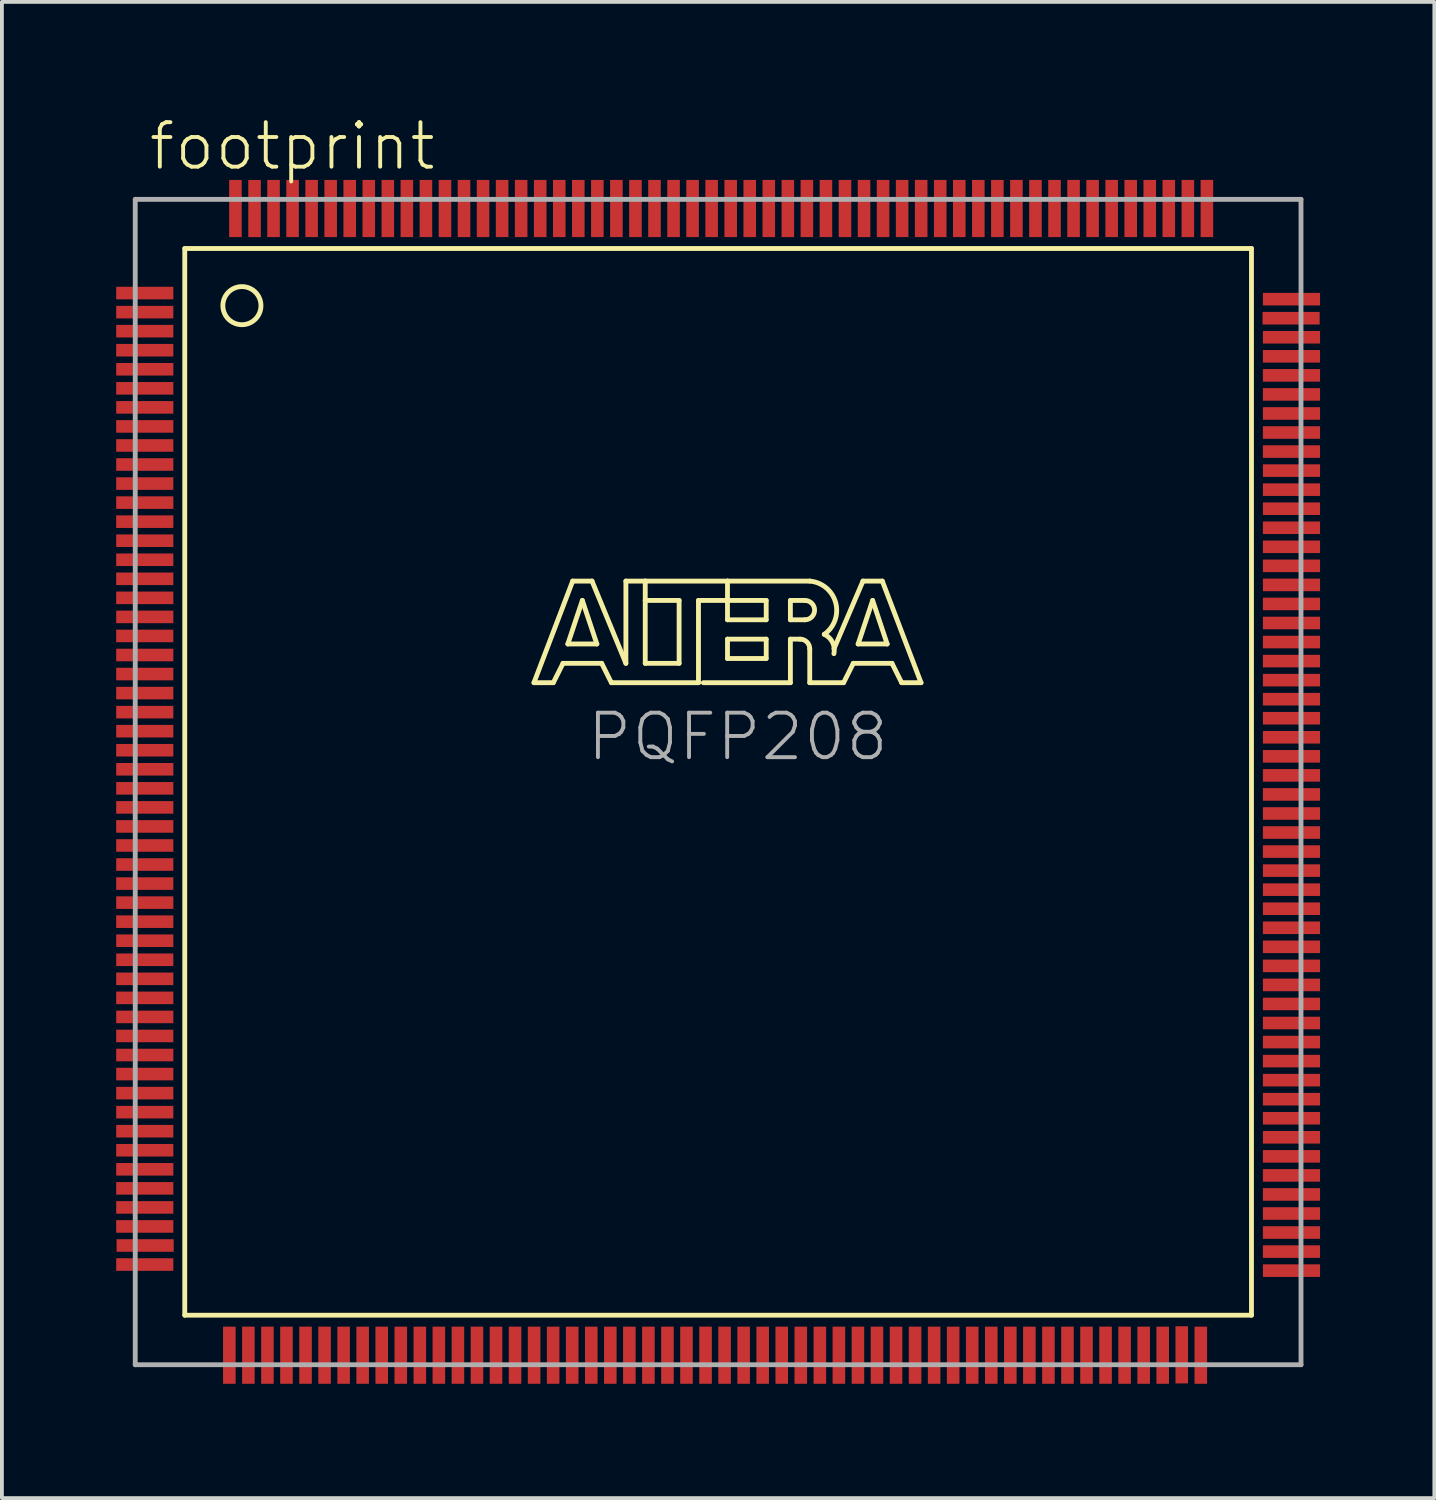
<source format=kicad_pcb>
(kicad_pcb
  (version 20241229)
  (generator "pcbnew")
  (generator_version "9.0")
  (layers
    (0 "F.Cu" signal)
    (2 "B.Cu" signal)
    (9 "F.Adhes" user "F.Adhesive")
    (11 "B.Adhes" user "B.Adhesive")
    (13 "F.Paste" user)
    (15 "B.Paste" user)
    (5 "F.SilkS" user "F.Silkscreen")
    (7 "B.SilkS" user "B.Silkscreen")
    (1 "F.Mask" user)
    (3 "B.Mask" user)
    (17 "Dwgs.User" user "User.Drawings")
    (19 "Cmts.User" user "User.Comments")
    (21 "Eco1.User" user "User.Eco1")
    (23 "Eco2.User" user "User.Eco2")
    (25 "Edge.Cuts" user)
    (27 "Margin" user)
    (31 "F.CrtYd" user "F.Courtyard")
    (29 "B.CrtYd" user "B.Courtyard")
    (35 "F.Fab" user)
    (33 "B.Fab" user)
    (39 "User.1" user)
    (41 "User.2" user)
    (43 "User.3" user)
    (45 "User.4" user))
  (footprint "footprint"
    (layer "F.Cu")
    (at 15.8 17.473)
    (property "Reference" "footprint" (at -15 -16 0) (layer "F.SilkS") (effects (font (size 1.168 1.168) (thickness 0.102)) (justify left bottom)))
    (fp_line (start -14 -14) (end -14 14) (stroke (width 0.127) (type solid)) (layer "F.SilkS"))
    (fp_line (start -14 14) (end 14 14) (stroke (width 0.127) (type solid)) (layer "F.SilkS"))
    (fp_line (start -4.834 -2.603) (end -3.818 -5.27) (stroke (width 0.127) (type solid)) (layer "F.SilkS"))
    (fp_line (start -4.326 -2.603) (end -4.834 -2.603) (stroke (width 0.127) (type solid)) (layer "F.SilkS"))
    (fp_line (start -4.072 -3.111) (end -4.326 -2.603) (stroke (width 0.127) (type solid)) (layer "F.SilkS"))
    (fp_line (start -3.945 -3.619) (end -3.183 -3.619) (stroke (width 0.127) (type solid)) (layer "F.SilkS"))
    (fp_line (start -3.818 -5.27) (end -3.31 -5.27) (stroke (width 0.127) (type solid)) (layer "F.SilkS"))
    (fp_line (start -3.564 -4.762) (end -3.945 -3.619) (stroke (width 0.127) (type solid)) (layer "F.SilkS"))
    (fp_line (start -3.31 -5.27) (end -2.421 -3.111) (stroke (width 0.127) (type solid)) (layer "F.SilkS"))
    (fp_line (start -3.183 -3.619) (end -3.564 -4.762) (stroke (width 0.127) (type solid)) (layer "F.SilkS"))
    (fp_line (start -3.056 -3.111) (end -4.072 -3.111) (stroke (width 0.127) (type solid)) (layer "F.SilkS"))
    (fp_line (start -2.802 -2.603) (end -3.056 -3.111) (stroke (width 0.127) (type solid)) (layer "F.SilkS"))
    (fp_line (start -2.421 -5.27) (end -1.913 -5.27) (stroke (width 0.127) (type solid)) (layer "F.SilkS"))
    (fp_line (start -2.421 -3.111) (end -2.421 -5.27) (stroke (width 0.127) (type solid)) (layer "F.SilkS"))
    (fp_line (start -1.913 -5.27) (end -1.913 -4.762) (stroke (width 0.127) (type solid)) (layer "F.SilkS"))
    (fp_line (start -1.913 -5.27) (end 0.246 -5.27) (stroke (width 0.127) (type solid)) (layer "F.SilkS"))
    (fp_line (start -1.913 -4.762) (end -1.913 -3.111) (stroke (width 0.127) (type solid)) (layer "F.SilkS"))
    (fp_line (start -1.913 -3.111) (end -1.024 -3.111) (stroke (width 0.127) (type solid)) (layer "F.SilkS"))
    (fp_line (start -1.024 -4.762) (end -1.913 -4.762) (stroke (width 0.127) (type solid)) (layer "F.SilkS"))
    (fp_line (start -1.024 -3.111) (end -1.024 -4.762) (stroke (width 0.127) (type solid)) (layer "F.SilkS"))
    (fp_line (start -0.516 -4.762) (end -0.516 -2.603) (stroke (width 0.127) (type solid)) (layer "F.SilkS"))
    (fp_line (start -0.516 -2.603) (end -2.802 -2.603) (stroke (width 0.127) (type solid)) (layer "F.SilkS"))
    (fp_line (start 0.246 -5.27) (end 0.246 -4.762) (stroke (width 0.127) (type solid)) (layer "F.SilkS"))
    (fp_line (start 0.246 -5.27) (end 2.405 -5.27) (stroke (width 0.127) (type solid)) (layer "F.SilkS"))
    (fp_line (start 0.246 -4.762) (end -0.516 -4.762) (stroke (width 0.127) (type solid)) (layer "F.SilkS"))
    (fp_line (start 0.246 -4.762) (end 0.246 -4.254) (stroke (width 0.127) (type solid)) (layer "F.SilkS"))
    (fp_line (start 0.246 -4.254) (end 1.262 -4.254) (stroke (width 0.127) (type solid)) (layer "F.SilkS"))
    (fp_line (start 0.246 -3.746) (end 1.262 -3.746) (stroke (width 0.127) (type solid)) (layer "F.SilkS"))
    (fp_line (start 0.246 -3.238) (end 0.246 -3.746) (stroke (width 0.127) (type solid)) (layer "F.SilkS"))
    (fp_line (start 1.262 -4.762) (end 0.246 -4.762) (stroke (width 0.127) (type solid)) (layer "F.SilkS"))
    (fp_line (start 1.262 -4.254) (end 1.262 -4.762) (stroke (width 0.127) (type solid)) (layer "F.SilkS"))
    (fp_line (start 1.262 -3.746) (end 1.262 -3.238) (stroke (width 0.127) (type solid)) (layer "F.SilkS"))
    (fp_line (start 1.262 -3.238) (end 0.246 -3.238) (stroke (width 0.127) (type solid)) (layer "F.SilkS"))
    (fp_line (start 1.897 -4.762) (end 1.897 -4.254) (stroke (width 0.127) (type solid)) (layer "F.SilkS"))
    (fp_line (start 1.897 -4.254) (end 2.278 -4.254) (stroke (width 0.127) (type solid)) (layer "F.SilkS"))
    (fp_line (start 1.897 -3.746) (end 1.897 -2.603) (stroke (width 0.127) (type solid)) (layer "F.SilkS"))
    (fp_line (start 1.897 -3.746) (end 2.151 -3.746) (stroke (width 0.127) (type solid)) (layer "F.SilkS"))
    (fp_line (start 1.897 -2.603) (end -0.389 -2.603) (stroke (width 0.127) (type solid)) (layer "F.SilkS"))
    (fp_line (start 2.278 -4.762) (end 1.897 -4.762) (stroke (width 0.127) (type solid)) (layer "F.SilkS"))
    (fp_line (start 2.405 -3.492) (end 2.405 -2.603) (stroke (width 0.127) (type solid)) (layer "F.SilkS"))
    (fp_line (start 2.405 -2.603) (end 3.294 -2.603) (stroke (width 0.127) (type solid)) (layer "F.SilkS"))
    (fp_line (start 3.294 -2.603) (end 3.548 -3.111) (stroke (width 0.127) (type solid)) (layer "F.SilkS"))
    (fp_line (start 3.548 -3.111) (end 4.564 -3.111) (stroke (width 0.127) (type solid)) (layer "F.SilkS"))
    (fp_line (start 3.675 -3.619) (end 4.056 -4.762) (stroke (width 0.127) (type solid)) (layer "F.SilkS"))
    (fp_line (start 3.802 -5.27) (end 3.04 -3.492) (stroke (width 0.127) (type solid)) (layer "F.SilkS"))
    (fp_line (start 4.056 -4.762) (end 4.437 -3.619) (stroke (width 0.127) (type solid)) (layer "F.SilkS"))
    (fp_line (start 4.31 -5.27) (end 3.802 -5.27) (stroke (width 0.127) (type solid)) (layer "F.SilkS"))
    (fp_line (start 4.437 -3.619) (end 3.675 -3.619) (stroke (width 0.127) (type solid)) (layer "F.SilkS"))
    (fp_line (start 4.564 -3.111) (end 4.818 -2.603) (stroke (width 0.127) (type solid)) (layer "F.SilkS"))
    (fp_line (start 4.818 -2.603) (end 5.326 -2.603) (stroke (width 0.127) (type solid)) (layer "F.SilkS"))
    (fp_line (start 5.326 -2.603) (end 4.31 -5.27) (stroke (width 0.127) (type solid)) (layer "F.SilkS"))
    (fp_line (start 14 -14) (end -14 -14) (stroke (width 0.127) (type solid)) (layer "F.SilkS"))
    (fp_line (start 14 14) (end 14 -14) (stroke (width 0.127) (type solid)) (layer "F.SilkS"))
    (fp_arc (start 2.151 -3.746) (mid 2.330605 -3.671605) (end 2.405 -3.492) (stroke (width 0.127) (type solid)) (layer "F.SilkS"))
    (fp_arc (start 2.278 -4.762) (mid 2.532 -4.508) (end 2.278 -4.254) (stroke (width 0.127) (type solid)) (layer "F.SilkS"))
    (fp_arc (start 2.405 -5.27) (mid 3.085364 -4.704448) (end 2.7863 -3.871799) (stroke (width 0.127) (type solid)) (layer "F.SilkS"))
    (fp_arc (start 2.786 -3.873) (mid 3.001981 -3.663513) (end 3.0397 -3.365) (stroke (width 0.127) (type solid)) (layer "F.SilkS"))
    (fp_circle (center -12.5 -12.5) (end -12 -12.5) (stroke (width 0.127) (type solid)) (fill no) (layer "F.SilkS"))
    (fp_poly (pts (xy -15.672 -8.7) (xy -14.427 -8.7) (xy -14.427 -8.954) (xy -15.672 -8.954)) (stroke (width 0) (type solid)) (fill yes) (layer "F.Paste"))
    (fp_poly (pts (xy -15.672 0.8) (xy -14.427 0.8) (xy -14.427 0.546) (xy -15.672 0.546)) (stroke (width 0) (type solid)) (fill yes) (layer "F.Paste"))
    (fp_poly (pts (xy -15.672 2.807) (xy -14.427 2.807) (xy -14.427 2.553) (xy -15.672 2.553)) (stroke (width 0) (type solid)) (fill yes) (layer "F.Paste"))
    (fp_poly (pts (xy -15.672 5.804) (xy -14.427 5.804) (xy -14.427 5.55) (xy -15.672 5.55)) (stroke (width 0) (type solid)) (fill yes) (layer "F.Paste"))
    (fp_poly (pts (xy -15.672 10.312) (xy -14.427 10.312) (xy -14.427 10.058) (xy -15.672 10.058)) (stroke (width 0) (type solid)) (fill yes) (layer "F.Paste"))
    (fp_poly (pts (xy -15.672 12.294) (xy -14.427 12.294) (xy -14.427 12.04) (xy -15.672 12.04)) (stroke (width 0) (type solid)) (fill yes) (layer "F.Paste"))
    (fp_poly (pts (xy -15.659 -12.7) (xy -14.415 -12.7) (xy -14.415 -12.954) (xy -15.659 -12.954)) (stroke (width 0) (type solid)) (fill yes) (layer "F.Paste"))
    (fp_poly (pts (xy -15.659 -12.192) (xy -14.415 -12.192) (xy -14.415 -12.446) (xy -15.659 -12.446)) (stroke (width 0) (type solid)) (fill yes) (layer "F.Paste"))
    (fp_poly (pts (xy -15.659 -11.697) (xy -14.415 -11.697) (xy -14.415 -11.951) (xy -15.659 -11.951)) (stroke (width 0) (type solid)) (fill yes) (layer "F.Paste"))
    (fp_poly (pts (xy -15.659 -11.201) (xy -14.415 -11.201) (xy -14.415 -11.455) (xy -15.659 -11.455)) (stroke (width 0) (type solid)) (fill yes) (layer "F.Paste"))
    (fp_poly (pts (xy -15.659 -10.693) (xy -14.415 -10.693) (xy -14.415 -10.947) (xy -15.659 -10.947)) (stroke (width 0) (type solid)) (fill yes) (layer "F.Paste"))
    (fp_poly (pts (xy -15.659 -10.211) (xy -14.415 -10.211) (xy -14.415 -10.465) (xy -15.659 -10.465)) (stroke (width 0) (type solid)) (fill yes) (layer "F.Paste"))
    (fp_poly (pts (xy -15.659 -9.703) (xy -14.415 -9.703) (xy -14.415 -9.957) (xy -15.659 -9.957)) (stroke (width 0) (type solid)) (fill yes) (layer "F.Paste"))
    (fp_poly (pts (xy -15.659 -9.195) (xy -14.415 -9.195) (xy -14.415 -9.449) (xy -15.659 -9.449)) (stroke (width 0) (type solid)) (fill yes) (layer "F.Paste"))
    (fp_poly (pts (xy -15.659 -8.204) (xy -14.415 -8.204) (xy -14.415 -8.458) (xy -15.659 -8.458)) (stroke (width 0) (type solid)) (fill yes) (layer "F.Paste"))
    (fp_poly (pts (xy -15.659 -7.696) (xy -14.415 -7.696) (xy -14.415 -7.95) (xy -15.659 -7.95)) (stroke (width 0) (type solid)) (fill yes) (layer "F.Paste"))
    (fp_poly (pts (xy -15.659 -7.201) (xy -14.415 -7.201) (xy -14.415 -7.455) (xy -15.659 -7.455)) (stroke (width 0) (type solid)) (fill yes) (layer "F.Paste"))
    (fp_poly (pts (xy -15.659 -6.706) (xy -14.415 -6.706) (xy -14.415 -6.96) (xy -15.659 -6.96)) (stroke (width 0) (type solid)) (fill yes) (layer "F.Paste"))
    (fp_poly (pts (xy -15.659 -6.198) (xy -14.415 -6.198) (xy -14.415 -6.452) (xy -15.659 -6.452)) (stroke (width 0) (type solid)) (fill yes) (layer "F.Paste"))
    (fp_poly (pts (xy -15.659 -5.702) (xy -14.415 -5.702) (xy -14.415 -5.956) (xy -15.659 -5.956)) (stroke (width 0) (type solid)) (fill yes) (layer "F.Paste"))
    (fp_poly (pts (xy -15.659 -5.207) (xy -14.415 -5.207) (xy -14.415 -5.461) (xy -15.659 -5.461)) (stroke (width 0) (type solid)) (fill yes) (layer "F.Paste"))
    (fp_poly (pts (xy -15.659 -4.699) (xy -14.415 -4.699) (xy -14.415 -4.953) (xy -15.659 -4.953)) (stroke (width 0) (type solid)) (fill yes) (layer "F.Paste"))
    (fp_poly (pts (xy -15.659 -4.191) (xy -14.415 -4.191) (xy -14.415 -4.445) (xy -15.659 -4.445)) (stroke (width 0) (type solid)) (fill yes) (layer "F.Paste"))
    (fp_poly (pts (xy -15.659 -3.708) (xy -14.415 -3.708) (xy -14.415 -3.962) (xy -15.659 -3.962)) (stroke (width 0) (type solid)) (fill yes) (layer "F.Paste"))
    (fp_poly (pts (xy -15.659 -3.2) (xy -14.415 -3.2) (xy -14.415 -3.454) (xy -15.659 -3.454)) (stroke (width 0) (type solid)) (fill yes) (layer "F.Paste"))
    (fp_poly (pts (xy -15.659 -2.705) (xy -14.415 -2.705) (xy -14.415 -2.959) (xy -15.659 -2.959)) (stroke (width 0) (type solid)) (fill yes) (layer "F.Paste"))
    (fp_poly (pts (xy -15.659 -2.197) (xy -14.415 -2.197) (xy -14.415 -2.451) (xy -15.659 -2.451)) (stroke (width 0) (type solid)) (fill yes) (layer "F.Paste"))
    (fp_poly (pts (xy -15.659 -1.702) (xy -14.415 -1.702) (xy -14.415 -1.956) (xy -15.659 -1.956)) (stroke (width 0) (type solid)) (fill yes) (layer "F.Paste"))
    (fp_poly (pts (xy -15.659 -1.194) (xy -14.415 -1.194) (xy -14.415 -1.448) (xy -15.659 -1.448)) (stroke (width 0) (type solid)) (fill yes) (layer "F.Paste"))
    (fp_poly (pts (xy -15.659 -0.699) (xy -14.415 -0.699) (xy -14.415 -0.953) (xy -15.659 -0.953)) (stroke (width 0) (type solid)) (fill yes) (layer "F.Paste"))
    (fp_poly (pts (xy -15.659 -0.203) (xy -14.415 -0.203) (xy -14.415 -0.457) (xy -15.659 -0.457)) (stroke (width 0) (type solid)) (fill yes) (layer "F.Paste"))
    (fp_poly (pts (xy -15.659 0.292) (xy -14.415 0.292) (xy -14.415 0.038) (xy -15.659 0.038)) (stroke (width 0) (type solid)) (fill yes) (layer "F.Paste"))
    (fp_poly (pts (xy -15.659 1.295) (xy -14.415 1.295) (xy -14.415 1.041) (xy -15.659 1.041)) (stroke (width 0) (type solid)) (fill yes) (layer "F.Paste"))
    (fp_poly (pts (xy -15.659 1.803) (xy -14.415 1.803) (xy -14.415 1.549) (xy -15.659 1.549)) (stroke (width 0) (type solid)) (fill yes) (layer "F.Paste"))
    (fp_poly (pts (xy -15.659 2.299) (xy -14.415 2.299) (xy -14.415 2.045) (xy -15.659 2.045)) (stroke (width 0) (type solid)) (fill yes) (layer "F.Paste"))
    (fp_poly (pts (xy -15.659 3.302) (xy -14.415 3.302) (xy -14.415 3.048) (xy -15.659 3.048)) (stroke (width 0) (type solid)) (fill yes) (layer "F.Paste"))
    (fp_poly (pts (xy -15.659 3.81) (xy -14.415 3.81) (xy -14.415 3.556) (xy -15.659 3.556)) (stroke (width 0) (type solid)) (fill yes) (layer "F.Paste"))
    (fp_poly (pts (xy -15.659 4.293) (xy -14.415 4.293) (xy -14.415 4.039) (xy -15.659 4.039)) (stroke (width 0) (type solid)) (fill yes) (layer "F.Paste"))
    (fp_poly (pts (xy -15.659 4.801) (xy -14.415 4.801) (xy -14.415 4.547) (xy -15.659 4.547)) (stroke (width 0) (type solid)) (fill yes) (layer "F.Paste"))
    (fp_poly (pts (xy -15.659 5.309) (xy -14.415 5.309) (xy -14.415 5.055) (xy -15.659 5.055)) (stroke (width 0) (type solid)) (fill yes) (layer "F.Paste"))
    (fp_poly (pts (xy -15.659 6.299) (xy -14.415 6.299) (xy -14.415 6.045) (xy -15.659 6.045)) (stroke (width 0) (type solid)) (fill yes) (layer "F.Paste"))
    (fp_poly (pts (xy -15.659 6.807) (xy -14.415 6.807) (xy -14.415 6.553) (xy -15.659 6.553)) (stroke (width 0) (type solid)) (fill yes) (layer "F.Paste"))
    (fp_poly (pts (xy -15.659 7.303) (xy -14.415 7.303) (xy -14.415 7.048) (xy -15.659 7.048)) (stroke (width 0) (type solid)) (fill yes) (layer "F.Paste"))
    (fp_poly (pts (xy -15.659 7.798) (xy -14.415 7.798) (xy -14.415 7.544) (xy -15.659 7.544)) (stroke (width 0) (type solid)) (fill yes) (layer "F.Paste"))
    (fp_poly (pts (xy -15.659 8.306) (xy -14.415 8.306) (xy -14.415 8.052) (xy -15.659 8.052)) (stroke (width 0) (type solid)) (fill yes) (layer "F.Paste"))
    (fp_poly (pts (xy -15.659 8.801) (xy -14.415 8.801) (xy -14.415 8.547) (xy -15.659 8.547)) (stroke (width 0) (type solid)) (fill yes) (layer "F.Paste"))
    (fp_poly (pts (xy -15.659 9.296) (xy -14.415 9.296) (xy -14.415 9.042) (xy -15.659 9.042)) (stroke (width 0) (type solid)) (fill yes) (layer "F.Paste"))
    (fp_poly (pts (xy -15.659 9.792) (xy -14.415 9.792) (xy -14.415 9.538) (xy -15.659 9.538)) (stroke (width 0) (type solid)) (fill yes) (layer "F.Paste"))
    (fp_poly (pts (xy -15.659 10.795) (xy -14.415 10.795) (xy -14.415 10.541) (xy -15.659 10.541)) (stroke (width 0) (type solid)) (fill yes) (layer "F.Paste"))
    (fp_poly (pts (xy -15.659 11.303) (xy -14.415 11.303) (xy -14.415 11.049) (xy -15.659 11.049)) (stroke (width 0) (type solid)) (fill yes) (layer "F.Paste"))
    (fp_poly (pts (xy -15.659 11.798) (xy -14.415 11.798) (xy -14.415 11.544) (xy -15.659 11.544)) (stroke (width 0) (type solid)) (fill yes) (layer "F.Paste"))
    (fp_poly (pts (xy -15.659 12.802) (xy -14.415 12.802) (xy -14.415 12.548) (xy -15.659 12.548)) (stroke (width 0) (type solid)) (fill yes) (layer "F.Paste"))
    (fp_poly (pts (xy -12.7 15.659) (xy -12.7 14.415) (xy -12.954 14.415) (xy -12.954 15.659)) (stroke (width 0) (type solid)) (fill yes) (layer "F.Paste"))
    (fp_poly (pts (xy -12.548 -14.44) (xy -12.548 -15.684) (xy -12.802 -15.684) (xy -12.802 -14.44)) (stroke (width 0) (type solid)) (fill yes) (layer "F.Paste"))
    (fp_poly (pts (xy -12.192 15.659) (xy -12.192 14.415) (xy -12.446 14.415) (xy -12.446 15.659)) (stroke (width 0) (type solid)) (fill yes) (layer "F.Paste"))
    (fp_poly (pts (xy -12.04 -14.44) (xy -12.04 -15.684) (xy -12.294 -15.684) (xy -12.294 -14.44)) (stroke (width 0) (type solid)) (fill yes) (layer "F.Paste"))
    (fp_poly (pts (xy -11.697 15.659) (xy -11.697 14.415) (xy -11.951 14.415) (xy -11.951 15.659)) (stroke (width 0) (type solid)) (fill yes) (layer "F.Paste"))
    (fp_poly (pts (xy -11.544 -14.44) (xy -11.544 -15.684) (xy -11.798 -15.684) (xy -11.798 -14.44)) (stroke (width 0) (type solid)) (fill yes) (layer "F.Paste"))
    (fp_poly (pts (xy -11.201 15.659) (xy -11.201 14.415) (xy -11.455 14.415) (xy -11.455 15.659)) (stroke (width 0) (type solid)) (fill yes) (layer "F.Paste"))
    (fp_poly (pts (xy -11.049 -14.44) (xy -11.049 -15.684) (xy -11.303 -15.684) (xy -11.303 -14.44)) (stroke (width 0) (type solid)) (fill yes) (layer "F.Paste"))
    (fp_poly (pts (xy -10.693 15.659) (xy -10.693 14.415) (xy -10.947 14.415) (xy -10.947 15.659)) (stroke (width 0) (type solid)) (fill yes) (layer "F.Paste"))
    (fp_poly (pts (xy -10.541 -14.44) (xy -10.541 -15.684) (xy -10.795 -15.684) (xy -10.795 -14.44)) (stroke (width 0) (type solid)) (fill yes) (layer "F.Paste"))
    (fp_poly (pts (xy -10.211 15.659) (xy -10.211 14.415) (xy -10.465 14.415) (xy -10.465 15.659)) (stroke (width 0) (type solid)) (fill yes) (layer "F.Paste"))
    (fp_poly (pts (xy -10.058 -14.44) (xy -10.058 -15.684) (xy -10.312 -15.684) (xy -10.312 -14.44)) (stroke (width 0) (type solid)) (fill yes) (layer "F.Paste"))
    (fp_poly (pts (xy -9.703 15.659) (xy -9.703 14.415) (xy -9.957 14.415) (xy -9.957 15.659)) (stroke (width 0) (type solid)) (fill yes) (layer "F.Paste"))
    (fp_poly (pts (xy -9.55 -14.44) (xy -9.55 -15.684) (xy -9.804 -15.684) (xy -9.804 -14.44)) (stroke (width 0) (type solid)) (fill yes) (layer "F.Paste"))
    (fp_poly (pts (xy -9.195 15.659) (xy -9.195 14.415) (xy -9.449 14.415) (xy -9.449 15.659)) (stroke (width 0) (type solid)) (fill yes) (layer "F.Paste"))
    (fp_poly (pts (xy -9.042 -14.44) (xy -9.042 -15.684) (xy -9.296 -15.684) (xy -9.296 -14.44)) (stroke (width 0) (type solid)) (fill yes) (layer "F.Paste"))
    (fp_poly (pts (xy -8.7 15.672) (xy -8.7 14.427) (xy -8.954 14.427) (xy -8.954 15.672)) (stroke (width 0) (type solid)) (fill yes) (layer "F.Paste"))
    (fp_poly (pts (xy -8.547 -14.427) (xy -8.547 -15.672) (xy -8.801 -15.672) (xy -8.801 -14.427)) (stroke (width 0) (type solid)) (fill yes) (layer "F.Paste"))
    (fp_poly (pts (xy -8.204 15.659) (xy -8.204 14.415) (xy -8.458 14.415) (xy -8.458 15.659)) (stroke (width 0) (type solid)) (fill yes) (layer "F.Paste"))
    (fp_poly (pts (xy -8.052 -14.44) (xy -8.052 -15.684) (xy -8.306 -15.684) (xy -8.306 -14.44)) (stroke (width 0) (type solid)) (fill yes) (layer "F.Paste"))
    (fp_poly (pts (xy -7.696 15.659) (xy -7.696 14.415) (xy -7.95 14.415) (xy -7.95 15.659)) (stroke (width 0) (type solid)) (fill yes) (layer "F.Paste"))
    (fp_poly (pts (xy -7.544 -14.44) (xy -7.544 -15.684) (xy -7.798 -15.684) (xy -7.798 -14.44)) (stroke (width 0) (type solid)) (fill yes) (layer "F.Paste"))
    (fp_poly (pts (xy -7.201 15.659) (xy -7.201 14.415) (xy -7.455 14.415) (xy -7.455 15.659)) (stroke (width 0) (type solid)) (fill yes) (layer "F.Paste"))
    (fp_poly (pts (xy -7.048 -14.44) (xy -7.048 -15.684) (xy -7.303 -15.684) (xy -7.303 -14.44)) (stroke (width 0) (type solid)) (fill yes) (layer "F.Paste"))
    (fp_poly (pts (xy -6.706 15.659) (xy -6.706 14.415) (xy -6.96 14.415) (xy -6.96 15.659)) (stroke (width 0) (type solid)) (fill yes) (layer "F.Paste"))
    (fp_poly (pts (xy -6.553 -14.44) (xy -6.553 -15.684) (xy -6.807 -15.684) (xy -6.807 -14.44)) (stroke (width 0) (type solid)) (fill yes) (layer "F.Paste"))
    (fp_poly (pts (xy -6.198 15.659) (xy -6.198 14.415) (xy -6.452 14.415) (xy -6.452 15.659)) (stroke (width 0) (type solid)) (fill yes) (layer "F.Paste"))
    (fp_poly (pts (xy -6.045 -14.44) (xy -6.045 -15.684) (xy -6.299 -15.684) (xy -6.299 -14.44)) (stroke (width 0) (type solid)) (fill yes) (layer "F.Paste"))
    (fp_poly (pts (xy -5.702 15.659) (xy -5.702 14.415) (xy -5.956 14.415) (xy -5.956 15.659)) (stroke (width 0) (type solid)) (fill yes) (layer "F.Paste"))
    (fp_poly (pts (xy -5.55 -14.44) (xy -5.55 -15.684) (xy -5.804 -15.684) (xy -5.804 -14.44)) (stroke (width 0) (type solid)) (fill yes) (layer "F.Paste"))
    (fp_poly (pts (xy -5.207 15.659) (xy -5.207 14.415) (xy -5.461 14.415) (xy -5.461 15.659)) (stroke (width 0) (type solid)) (fill yes) (layer "F.Paste"))
    (fp_poly (pts (xy -5.055 -14.44) (xy -5.055 -15.684) (xy -5.309 -15.684) (xy -5.309 -14.44)) (stroke (width 0) (type solid)) (fill yes) (layer "F.Paste"))
    (fp_poly (pts (xy -4.699 15.659) (xy -4.699 14.415) (xy -4.953 14.415) (xy -4.953 15.659)) (stroke (width 0) (type solid)) (fill yes) (layer "F.Paste"))
    (fp_poly (pts (xy -4.547 -14.44) (xy -4.547 -15.684) (xy -4.801 -15.684) (xy -4.801 -14.44)) (stroke (width 0) (type solid)) (fill yes) (layer "F.Paste"))
    (fp_poly (pts (xy -4.191 15.659) (xy -4.191 14.415) (xy -4.445 14.415) (xy -4.445 15.659)) (stroke (width 0) (type solid)) (fill yes) (layer "F.Paste"))
    (fp_poly (pts (xy -4.039 -14.44) (xy -4.039 -15.684) (xy -4.293 -15.684) (xy -4.293 -14.44)) (stroke (width 0) (type solid)) (fill yes) (layer "F.Paste"))
    (fp_poly (pts (xy -3.708 15.659) (xy -3.708 14.415) (xy -3.962 14.415) (xy -3.962 15.659)) (stroke (width 0) (type solid)) (fill yes) (layer "F.Paste"))
    (fp_poly (pts (xy -3.556 -14.44) (xy -3.556 -15.684) (xy -3.81 -15.684) (xy -3.81 -14.44)) (stroke (width 0) (type solid)) (fill yes) (layer "F.Paste"))
    (fp_poly (pts (xy -3.2 15.659) (xy -3.2 14.415) (xy -3.454 14.415) (xy -3.454 15.659)) (stroke (width 0) (type solid)) (fill yes) (layer "F.Paste"))
    (fp_poly (pts (xy -3.048 -14.44) (xy -3.048 -15.684) (xy -3.302 -15.684) (xy -3.302 -14.44)) (stroke (width 0) (type solid)) (fill yes) (layer "F.Paste"))
    (fp_poly (pts (xy -2.705 15.659) (xy -2.705 14.415) (xy -2.959 14.415) (xy -2.959 15.659)) (stroke (width 0) (type solid)) (fill yes) (layer "F.Paste"))
    (fp_poly (pts (xy -2.553 -14.44) (xy -2.553 -15.684) (xy -2.807 -15.684) (xy -2.807 -14.44)) (stroke (width 0) (type solid)) (fill yes) (layer "F.Paste"))
    (fp_poly (pts (xy -2.197 15.659) (xy -2.197 14.415) (xy -2.451 14.415) (xy -2.451 15.659)) (stroke (width 0) (type solid)) (fill yes) (layer "F.Paste"))
    (fp_poly (pts (xy -2.045 -14.44) (xy -2.045 -15.684) (xy -2.299 -15.684) (xy -2.299 -14.44)) (stroke (width 0) (type solid)) (fill yes) (layer "F.Paste"))
    (fp_poly (pts (xy -1.702 15.659) (xy -1.702 14.415) (xy -1.956 14.415) (xy -1.956 15.659)) (stroke (width 0) (type solid)) (fill yes) (layer "F.Paste"))
    (fp_poly (pts (xy -1.549 -14.44) (xy -1.549 -15.684) (xy -1.803 -15.684) (xy -1.803 -14.44)) (stroke (width 0) (type solid)) (fill yes) (layer "F.Paste"))
    (fp_poly (pts (xy -1.194 15.659) (xy -1.194 14.415) (xy -1.448 14.415) (xy -1.448 15.659)) (stroke (width 0) (type solid)) (fill yes) (layer "F.Paste"))
    (fp_poly (pts (xy -1.041 -14.44) (xy -1.041 -15.684) (xy -1.295 -15.684) (xy -1.295 -14.44)) (stroke (width 0) (type solid)) (fill yes) (layer "F.Paste"))
    (fp_poly (pts (xy -0.699 15.659) (xy -0.699 14.415) (xy -0.953 14.415) (xy -0.953 15.659)) (stroke (width 0) (type solid)) (fill yes) (layer "F.Paste"))
    (fp_poly (pts (xy -0.546 -14.44) (xy -0.546 -15.684) (xy -0.8 -15.684) (xy -0.8 -14.44)) (stroke (width 0) (type solid)) (fill yes) (layer "F.Paste"))
    (fp_poly (pts (xy -0.203 15.659) (xy -0.203 14.415) (xy -0.457 14.415) (xy -0.457 15.659)) (stroke (width 0) (type solid)) (fill yes) (layer "F.Paste"))
    (fp_poly (pts (xy -0.051 -14.44) (xy -0.051 -15.684) (xy -0.305 -15.684) (xy -0.305 -14.44)) (stroke (width 0) (type solid)) (fill yes) (layer "F.Paste"))
    (fp_poly (pts (xy 0.292 15.659) (xy 0.292 14.415) (xy 0.038 14.415) (xy 0.038 15.659)) (stroke (width 0) (type solid)) (fill yes) (layer "F.Paste"))
    (fp_poly (pts (xy 0.445 -14.44) (xy 0.445 -15.684) (xy 0.191 -15.684) (xy 0.191 -14.44)) (stroke (width 0) (type solid)) (fill yes) (layer "F.Paste"))
    (fp_poly (pts (xy 0.8 15.672) (xy 0.8 14.427) (xy 0.546 14.427) (xy 0.546 15.672)) (stroke (width 0) (type solid)) (fill yes) (layer "F.Paste"))
    (fp_poly (pts (xy 0.953 -14.427) (xy 0.953 -15.672) (xy 0.699 -15.672) (xy 0.699 -14.427)) (stroke (width 0) (type solid)) (fill yes) (layer "F.Paste"))
    (fp_poly (pts (xy 1.295 15.659) (xy 1.295 14.415) (xy 1.041 14.415) (xy 1.041 15.659)) (stroke (width 0) (type solid)) (fill yes) (layer "F.Paste"))
    (fp_poly (pts (xy 1.448 -14.44) (xy 1.448 -15.684) (xy 1.194 -15.684) (xy 1.194 -14.44)) (stroke (width 0) (type solid)) (fill yes) (layer "F.Paste"))
    (fp_poly (pts (xy 1.803 15.659) (xy 1.803 14.415) (xy 1.549 14.415) (xy 1.549 15.659)) (stroke (width 0) (type solid)) (fill yes) (layer "F.Paste"))
    (fp_poly (pts (xy 1.956 -14.44) (xy 1.956 -15.684) (xy 1.702 -15.684) (xy 1.702 -14.44)) (stroke (width 0) (type solid)) (fill yes) (layer "F.Paste"))
    (fp_poly (pts (xy 2.299 15.659) (xy 2.299 14.415) (xy 2.045 14.415) (xy 2.045 15.659)) (stroke (width 0) (type solid)) (fill yes) (layer "F.Paste"))
    (fp_poly (pts (xy 2.451 -14.44) (xy 2.451 -15.684) (xy 2.197 -15.684) (xy 2.197 -14.44)) (stroke (width 0) (type solid)) (fill yes) (layer "F.Paste"))
    (fp_poly (pts (xy 2.807 15.672) (xy 2.807 14.427) (xy 2.553 14.427) (xy 2.553 15.672)) (stroke (width 0) (type solid)) (fill yes) (layer "F.Paste"))
    (fp_poly (pts (xy 2.959 -14.427) (xy 2.959 -15.672) (xy 2.705 -15.672) (xy 2.705 -14.427)) (stroke (width 0) (type solid)) (fill yes) (layer "F.Paste"))
    (fp_poly (pts (xy 3.302 15.659) (xy 3.302 14.415) (xy 3.048 14.415) (xy 3.048 15.659)) (stroke (width 0) (type solid)) (fill yes) (layer "F.Paste"))
    (fp_poly (pts (xy 3.454 -14.44) (xy 3.454 -15.684) (xy 3.2 -15.684) (xy 3.2 -14.44)) (stroke (width 0) (type solid)) (fill yes) (layer "F.Paste"))
    (fp_poly (pts (xy 3.81 15.659) (xy 3.81 14.415) (xy 3.556 14.415) (xy 3.556 15.659)) (stroke (width 0) (type solid)) (fill yes) (layer "F.Paste"))
    (fp_poly (pts (xy 3.962 -14.44) (xy 3.962 -15.684) (xy 3.708 -15.684) (xy 3.708 -14.44)) (stroke (width 0) (type solid)) (fill yes) (layer "F.Paste"))
    (fp_poly (pts (xy 4.293 15.659) (xy 4.293 14.415) (xy 4.039 14.415) (xy 4.039 15.659)) (stroke (width 0) (type solid)) (fill yes) (layer "F.Paste"))
    (fp_poly (pts (xy 4.445 -14.44) (xy 4.445 -15.684) (xy 4.191 -15.684) (xy 4.191 -14.44)) (stroke (width 0) (type solid)) (fill yes) (layer "F.Paste"))
    (fp_poly (pts (xy 4.801 15.659) (xy 4.801 14.415) (xy 4.547 14.415) (xy 4.547 15.659)) (stroke (width 0) (type solid)) (fill yes) (layer "F.Paste"))
    (fp_poly (pts (xy 4.953 -14.44) (xy 4.953 -15.684) (xy 4.699 -15.684) (xy 4.699 -14.44)) (stroke (width 0) (type solid)) (fill yes) (layer "F.Paste"))
    (fp_poly (pts (xy 5.309 15.659) (xy 5.309 14.415) (xy 5.055 14.415) (xy 5.055 15.659)) (stroke (width 0) (type solid)) (fill yes) (layer "F.Paste"))
    (fp_poly (pts (xy 5.461 -14.44) (xy 5.461 -15.684) (xy 5.207 -15.684) (xy 5.207 -14.44)) (stroke (width 0) (type solid)) (fill yes) (layer "F.Paste"))
    (fp_poly (pts (xy 5.804 15.672) (xy 5.804 14.427) (xy 5.55 14.427) (xy 5.55 15.672)) (stroke (width 0) (type solid)) (fill yes) (layer "F.Paste"))
    (fp_poly (pts (xy 5.956 -14.427) (xy 5.956 -15.672) (xy 5.702 -15.672) (xy 5.702 -14.427)) (stroke (width 0) (type solid)) (fill yes) (layer "F.Paste"))
    (fp_poly (pts (xy 6.299 15.659) (xy 6.299 14.415) (xy 6.045 14.415) (xy 6.045 15.659)) (stroke (width 0) (type solid)) (fill yes) (layer "F.Paste"))
    (fp_poly (pts (xy 6.452 -14.44) (xy 6.452 -15.684) (xy 6.198 -15.684) (xy 6.198 -14.44)) (stroke (width 0) (type solid)) (fill yes) (layer "F.Paste"))
    (fp_poly (pts (xy 6.807 15.659) (xy 6.807 14.415) (xy 6.553 14.415) (xy 6.553 15.659)) (stroke (width 0) (type solid)) (fill yes) (layer "F.Paste"))
    (fp_poly (pts (xy 6.96 -14.44) (xy 6.96 -15.684) (xy 6.706 -15.684) (xy 6.706 -14.44)) (stroke (width 0) (type solid)) (fill yes) (layer "F.Paste"))
    (fp_poly (pts (xy 7.303 15.659) (xy 7.303 14.415) (xy 7.048 14.415) (xy 7.048 15.659)) (stroke (width 0) (type solid)) (fill yes) (layer "F.Paste"))
    (fp_poly (pts (xy 7.455 -14.44) (xy 7.455 -15.684) (xy 7.201 -15.684) (xy 7.201 -14.44)) (stroke (width 0) (type solid)) (fill yes) (layer "F.Paste"))
    (fp_poly (pts (xy 7.798 15.659) (xy 7.798 14.415) (xy 7.544 14.415) (xy 7.544 15.659)) (stroke (width 0) (type solid)) (fill yes) (layer "F.Paste"))
    (fp_poly (pts (xy 7.95 -14.44) (xy 7.95 -15.684) (xy 7.696 -15.684) (xy 7.696 -14.44)) (stroke (width 0) (type solid)) (fill yes) (layer "F.Paste"))
    (fp_poly (pts (xy 8.306 15.659) (xy 8.306 14.415) (xy 8.052 14.415) (xy 8.052 15.659)) (stroke (width 0) (type solid)) (fill yes) (layer "F.Paste"))
    (fp_poly (pts (xy 8.458 -14.44) (xy 8.458 -15.684) (xy 8.204 -15.684) (xy 8.204 -14.44)) (stroke (width 0) (type solid)) (fill yes) (layer "F.Paste"))
    (fp_poly (pts (xy 8.801 15.659) (xy 8.801 14.415) (xy 8.547 14.415) (xy 8.547 15.659)) (stroke (width 0) (type solid)) (fill yes) (layer "F.Paste"))
    (fp_poly (pts (xy 8.954 -14.44) (xy 8.954 -15.684) (xy 8.7 -15.684) (xy 8.7 -14.44)) (stroke (width 0) (type solid)) (fill yes) (layer "F.Paste"))
    (fp_poly (pts (xy 9.296 15.659) (xy 9.296 14.415) (xy 9.042 14.415) (xy 9.042 15.659)) (stroke (width 0) (type solid)) (fill yes) (layer "F.Paste"))
    (fp_poly (pts (xy 9.449 -14.44) (xy 9.449 -15.684) (xy 9.195 -15.684) (xy 9.195 -14.44)) (stroke (width 0) (type solid)) (fill yes) (layer "F.Paste"))
    (fp_poly (pts (xy 9.792 15.659) (xy 9.792 14.415) (xy 9.538 14.415) (xy 9.538 15.659)) (stroke (width 0) (type solid)) (fill yes) (layer "F.Paste"))
    (fp_poly (pts (xy 9.944 -14.44) (xy 9.944 -15.684) (xy 9.69 -15.684) (xy 9.69 -14.44)) (stroke (width 0) (type solid)) (fill yes) (layer "F.Paste"))
    (fp_poly (pts (xy 10.312 15.672) (xy 10.312 14.427) (xy 10.058 14.427) (xy 10.058 15.672)) (stroke (width 0) (type solid)) (fill yes) (layer "F.Paste"))
    (fp_poly (pts (xy 10.465 -14.427) (xy 10.465 -15.672) (xy 10.211 -15.672) (xy 10.211 -14.427)) (stroke (width 0) (type solid)) (fill yes) (layer "F.Paste"))
    (fp_poly (pts (xy 10.795 15.659) (xy 10.795 14.415) (xy 10.541 14.415) (xy 10.541 15.659)) (stroke (width 0) (type solid)) (fill yes) (layer "F.Paste"))
    (fp_poly (pts (xy 10.947 -14.44) (xy 10.947 -15.684) (xy 10.693 -15.684) (xy 10.693 -14.44)) (stroke (width 0) (type solid)) (fill yes) (layer "F.Paste"))
    (fp_poly (pts (xy 11.303 15.659) (xy 11.303 14.415) (xy 11.049 14.415) (xy 11.049 15.659)) (stroke (width 0) (type solid)) (fill yes) (layer "F.Paste"))
    (fp_poly (pts (xy 11.455 -14.44) (xy 11.455 -15.684) (xy 11.201 -15.684) (xy 11.201 -14.44)) (stroke (width 0) (type solid)) (fill yes) (layer "F.Paste"))
    (fp_poly (pts (xy 11.798 15.659) (xy 11.798 14.415) (xy 11.544 14.415) (xy 11.544 15.659)) (stroke (width 0) (type solid)) (fill yes) (layer "F.Paste"))
    (fp_poly (pts (xy 11.951 -14.44) (xy 11.951 -15.684) (xy 11.697 -15.684) (xy 11.697 -14.44)) (stroke (width 0) (type solid)) (fill yes) (layer "F.Paste"))
    (fp_poly (pts (xy 12.294 15.672) (xy 12.294 14.427) (xy 12.04 14.427) (xy 12.04 15.672)) (stroke (width 0) (type solid)) (fill yes) (layer "F.Paste"))
    (fp_poly (pts (xy 12.446 -14.427) (xy 12.446 -15.672) (xy 12.192 -15.672) (xy 12.192 -14.427)) (stroke (width 0) (type solid)) (fill yes) (layer "F.Paste"))
    (fp_poly (pts (xy 12.802 15.659) (xy 12.802 14.415) (xy 12.548 14.415) (xy 12.548 15.659)) (stroke (width 0) (type solid)) (fill yes) (layer "F.Paste"))
    (fp_poly (pts (xy 12.954 -14.44) (xy 12.954 -15.684) (xy 12.7 -15.684) (xy 12.7 -14.44)) (stroke (width 0) (type solid)) (fill yes) (layer "F.Paste"))
    (fp_poly (pts (xy 14.427 -8.547) (xy 15.672 -8.547) (xy 15.672 -8.801) (xy 14.427 -8.801)) (stroke (width 0) (type solid)) (fill yes) (layer "F.Paste"))
    (fp_poly (pts (xy 14.427 0.953) (xy 15.672 0.953) (xy 15.672 0.699) (xy 14.427 0.699)) (stroke (width 0) (type solid)) (fill yes) (layer "F.Paste"))
    (fp_poly (pts (xy 14.427 2.959) (xy 15.672 2.959) (xy 15.672 2.705) (xy 14.427 2.705)) (stroke (width 0) (type solid)) (fill yes) (layer "F.Paste"))
    (fp_poly (pts (xy 14.427 5.956) (xy 15.672 5.956) (xy 15.672 5.702) (xy 14.427 5.702)) (stroke (width 0) (type solid)) (fill yes) (layer "F.Paste"))
    (fp_poly (pts (xy 14.427 10.465) (xy 15.672 10.465) (xy 15.672 10.211) (xy 14.427 10.211)) (stroke (width 0) (type solid)) (fill yes) (layer "F.Paste"))
    (fp_poly (pts (xy 14.427 12.446) (xy 15.672 12.446) (xy 15.672 12.192) (xy 14.427 12.192)) (stroke (width 0) (type solid)) (fill yes) (layer "F.Paste"))
    (fp_poly (pts (xy 14.44 -12.548) (xy 15.684 -12.548) (xy 15.684 -12.802) (xy 14.44 -12.802)) (stroke (width 0) (type solid)) (fill yes) (layer "F.Paste"))
    (fp_poly (pts (xy 14.44 -12.04) (xy 15.684 -12.04) (xy 15.684 -12.294) (xy 14.44 -12.294)) (stroke (width 0) (type solid)) (fill yes) (layer "F.Paste"))
    (fp_poly (pts (xy 14.44 -11.544) (xy 15.684 -11.544) (xy 15.684 -11.798) (xy 14.44 -11.798)) (stroke (width 0) (type solid)) (fill yes) (layer "F.Paste"))
    (fp_poly (pts (xy 14.44 -11.049) (xy 15.684 -11.049) (xy 15.684 -11.303) (xy 14.44 -11.303)) (stroke (width 0) (type solid)) (fill yes) (layer "F.Paste"))
    (fp_poly (pts (xy 14.44 -10.541) (xy 15.684 -10.541) (xy 15.684 -10.795) (xy 14.44 -10.795)) (stroke (width 0) (type solid)) (fill yes) (layer "F.Paste"))
    (fp_poly (pts (xy 14.44 -10.058) (xy 15.684 -10.058) (xy 15.684 -10.312) (xy 14.44 -10.312)) (stroke (width 0) (type solid)) (fill yes) (layer "F.Paste"))
    (fp_poly (pts (xy 14.44 -9.55) (xy 15.684 -9.55) (xy 15.684 -9.804) (xy 14.44 -9.804)) (stroke (width 0) (type solid)) (fill yes) (layer "F.Paste"))
    (fp_poly (pts (xy 14.44 -9.042) (xy 15.684 -9.042) (xy 15.684 -9.296) (xy 14.44 -9.296)) (stroke (width 0) (type solid)) (fill yes) (layer "F.Paste"))
    (fp_poly (pts (xy 14.44 -8.052) (xy 15.684 -8.052) (xy 15.684 -8.306) (xy 14.44 -8.306)) (stroke (width 0) (type solid)) (fill yes) (layer "F.Paste"))
    (fp_poly (pts (xy 14.44 -7.544) (xy 15.684 -7.544) (xy 15.684 -7.798) (xy 14.44 -7.798)) (stroke (width 0) (type solid)) (fill yes) (layer "F.Paste"))
    (fp_poly (pts (xy 14.44 -7.048) (xy 15.684 -7.048) (xy 15.684 -7.303) (xy 14.44 -7.303)) (stroke (width 0) (type solid)) (fill yes) (layer "F.Paste"))
    (fp_poly (pts (xy 14.44 -6.553) (xy 15.684 -6.553) (xy 15.684 -6.807) (xy 14.44 -6.807)) (stroke (width 0) (type solid)) (fill yes) (layer "F.Paste"))
    (fp_poly (pts (xy 14.44 -6.045) (xy 15.684 -6.045) (xy 15.684 -6.299) (xy 14.44 -6.299)) (stroke (width 0) (type solid)) (fill yes) (layer "F.Paste"))
    (fp_poly (pts (xy 14.44 -5.55) (xy 15.684 -5.55) (xy 15.684 -5.804) (xy 14.44 -5.804)) (stroke (width 0) (type solid)) (fill yes) (layer "F.Paste"))
    (fp_poly (pts (xy 14.44 -5.055) (xy 15.684 -5.055) (xy 15.684 -5.309) (xy 14.44 -5.309)) (stroke (width 0) (type solid)) (fill yes) (layer "F.Paste"))
    (fp_poly (pts (xy 14.44 -4.547) (xy 15.684 -4.547) (xy 15.684 -4.801) (xy 14.44 -4.801)) (stroke (width 0) (type solid)) (fill yes) (layer "F.Paste"))
    (fp_poly (pts (xy 14.44 -4.039) (xy 15.684 -4.039) (xy 15.684 -4.293) (xy 14.44 -4.293)) (stroke (width 0) (type solid)) (fill yes) (layer "F.Paste"))
    (fp_poly (pts (xy 14.44 -3.556) (xy 15.684 -3.556) (xy 15.684 -3.81) (xy 14.44 -3.81)) (stroke (width 0) (type solid)) (fill yes) (layer "F.Paste"))
    (fp_poly (pts (xy 14.44 -3.048) (xy 15.684 -3.048) (xy 15.684 -3.302) (xy 14.44 -3.302)) (stroke (width 0) (type solid)) (fill yes) (layer "F.Paste"))
    (fp_poly (pts (xy 14.44 -2.553) (xy 15.684 -2.553) (xy 15.684 -2.807) (xy 14.44 -2.807)) (stroke (width 0) (type solid)) (fill yes) (layer "F.Paste"))
    (fp_poly (pts (xy 14.44 -2.045) (xy 15.684 -2.045) (xy 15.684 -2.299) (xy 14.44 -2.299)) (stroke (width 0) (type solid)) (fill yes) (layer "F.Paste"))
    (fp_poly (pts (xy 14.44 -1.549) (xy 15.684 -1.549) (xy 15.684 -1.803) (xy 14.44 -1.803)) (stroke (width 0) (type solid)) (fill yes) (layer "F.Paste"))
    (fp_poly (pts (xy 14.44 -1.041) (xy 15.684 -1.041) (xy 15.684 -1.295) (xy 14.44 -1.295)) (stroke (width 0) (type solid)) (fill yes) (layer "F.Paste"))
    (fp_poly (pts (xy 14.44 -0.546) (xy 15.684 -0.546) (xy 15.684 -0.8) (xy 14.44 -0.8)) (stroke (width 0) (type solid)) (fill yes) (layer "F.Paste"))
    (fp_poly (pts (xy 14.44 -0.051) (xy 15.684 -0.051) (xy 15.684 -0.305) (xy 14.44 -0.305)) (stroke (width 0) (type solid)) (fill yes) (layer "F.Paste"))
    (fp_poly (pts (xy 14.44 0.445) (xy 15.684 0.445) (xy 15.684 0.191) (xy 14.44 0.191)) (stroke (width 0) (type solid)) (fill yes) (layer "F.Paste"))
    (fp_poly (pts (xy 14.44 1.448) (xy 15.684 1.448) (xy 15.684 1.194) (xy 14.44 1.194)) (stroke (width 0) (type solid)) (fill yes) (layer "F.Paste"))
    (fp_poly (pts (xy 14.44 1.956) (xy 15.684 1.956) (xy 15.684 1.702) (xy 14.44 1.702)) (stroke (width 0) (type solid)) (fill yes) (layer "F.Paste"))
    (fp_poly (pts (xy 14.44 2.451) (xy 15.684 2.451) (xy 15.684 2.197) (xy 14.44 2.197)) (stroke (width 0) (type solid)) (fill yes) (layer "F.Paste"))
    (fp_poly (pts (xy 14.44 3.454) (xy 15.684 3.454) (xy 15.684 3.2) (xy 14.44 3.2)) (stroke (width 0) (type solid)) (fill yes) (layer "F.Paste"))
    (fp_poly (pts (xy 14.44 3.962) (xy 15.684 3.962) (xy 15.684 3.708) (xy 14.44 3.708)) (stroke (width 0) (type solid)) (fill yes) (layer "F.Paste"))
    (fp_poly (pts (xy 14.44 4.445) (xy 15.684 4.445) (xy 15.684 4.191) (xy 14.44 4.191)) (stroke (width 0) (type solid)) (fill yes) (layer "F.Paste"))
    (fp_poly (pts (xy 14.44 4.953) (xy 15.684 4.953) (xy 15.684 4.699) (xy 14.44 4.699)) (stroke (width 0) (type solid)) (fill yes) (layer "F.Paste"))
    (fp_poly (pts (xy 14.44 5.461) (xy 15.684 5.461) (xy 15.684 5.207) (xy 14.44 5.207)) (stroke (width 0) (type solid)) (fill yes) (layer "F.Paste"))
    (fp_poly (pts (xy 14.44 6.452) (xy 15.684 6.452) (xy 15.684 6.198) (xy 14.44 6.198)) (stroke (width 0) (type solid)) (fill yes) (layer "F.Paste"))
    (fp_poly (pts (xy 14.44 6.96) (xy 15.684 6.96) (xy 15.684 6.706) (xy 14.44 6.706)) (stroke (width 0) (type solid)) (fill yes) (layer "F.Paste"))
    (fp_poly (pts (xy 14.44 7.455) (xy 15.684 7.455) (xy 15.684 7.201) (xy 14.44 7.201)) (stroke (width 0) (type solid)) (fill yes) (layer "F.Paste"))
    (fp_poly (pts (xy 14.44 7.95) (xy 15.684 7.95) (xy 15.684 7.696) (xy 14.44 7.696)) (stroke (width 0) (type solid)) (fill yes) (layer "F.Paste"))
    (fp_poly (pts (xy 14.44 8.458) (xy 15.684 8.458) (xy 15.684 8.204) (xy 14.44 8.204)) (stroke (width 0) (type solid)) (fill yes) (layer "F.Paste"))
    (fp_poly (pts (xy 14.44 8.954) (xy 15.684 8.954) (xy 15.684 8.7) (xy 14.44 8.7)) (stroke (width 0) (type solid)) (fill yes) (layer "F.Paste"))
    (fp_poly (pts (xy 14.44 9.449) (xy 15.684 9.449) (xy 15.684 9.195) (xy 14.44 9.195)) (stroke (width 0) (type solid)) (fill yes) (layer "F.Paste"))
    (fp_poly (pts (xy 14.44 9.944) (xy 15.684 9.944) (xy 15.684 9.69) (xy 14.44 9.69)) (stroke (width 0) (type solid)) (fill yes) (layer "F.Paste"))
    (fp_poly (pts (xy 14.44 10.947) (xy 15.684 10.947) (xy 15.684 10.693) (xy 14.44 10.693)) (stroke (width 0) (type solid)) (fill yes) (layer "F.Paste"))
    (fp_poly (pts (xy 14.44 11.455) (xy 15.684 11.455) (xy 15.684 11.201) (xy 14.44 11.201)) (stroke (width 0) (type solid)) (fill yes) (layer "F.Paste"))
    (fp_poly (pts (xy 14.44 11.951) (xy 15.684 11.951) (xy 15.684 11.697) (xy 14.44 11.697)) (stroke (width 0) (type solid)) (fill yes) (layer "F.Paste"))
    (fp_poly (pts (xy 14.44 12.954) (xy 15.684 12.954) (xy 15.684 12.7) (xy 14.44 12.7)) (stroke (width 0) (type solid)) (fill yes) (layer "F.Paste"))
    (fp_line (start -15.3 -15.29) (end -15.3 15.3) (stroke (width 0.127) (type solid)) (layer "F.Fab"))
    (fp_line (start -15.3 15.3) (end 15.3 15.3) (stroke (width 0.127) (type solid)) (layer "F.Fab"))
    (fp_line (start 15.3 -15.29) (end -15.3 -15.29) (stroke (width 0.127) (type solid)) (layer "F.Fab"))
    (fp_line (start 15.3 15.3) (end 15.3 -15.29) (stroke (width 0.127) (type solid)) (layer "F.Fab"))
    (fp_text user "PQFP208" (at -3.5 -0.5 0) (layer "F.Fab") (effects (font (size 1.168 1.168) (thickness 0.102)) (justify left bottom)))
    (pad "1" smd rect (at -15.05 -12.83) (size 1.5 0.33) (layers "F.Cu" "F.Mask"))
    (pad "2" smd rect (at -15.05 -12.33 180) (size 1.5 0.33) (layers "F.Cu" "F.Mask"))
    (pad "3" smd rect (at -15.05 -11.83 180) (size 1.5 0.33) (layers "F.Cu" "F.Mask"))
    (pad "4" smd rect (at -15.05 -11.33 180) (size 1.5 0.33) (layers "F.Cu" "F.Mask"))
    (pad "5" smd rect (at -15.05 -10.83 180) (size 1.5 0.33) (layers "F.Cu" "F.Mask"))
    (pad "6" smd rect (at -15.05 -10.33 180) (size 1.5 0.33) (layers "F.Cu" "F.Mask"))
    (pad "7" smd rect (at -15.05 -9.83 180) (size 1.5 0.33) (layers "F.Cu" "F.Mask"))
    (pad "8" smd rect (at -15.05 -9.33 180) (size 1.5 0.33) (layers "F.Cu" "F.Mask"))
    (pad "9" smd rect (at -15.05 -8.83 180) (size 1.5 0.33) (layers "F.Cu" "F.Mask"))
    (pad "10" smd rect (at -15.05 -8.33 180) (size 1.5 0.33) (layers "F.Cu" "F.Mask"))
    (pad "11" smd rect (at -15.05 -7.83 180) (size 1.5 0.33) (layers "F.Cu" "F.Mask"))
    (pad "12" smd rect (at -15.05 -7.33 180) (size 1.5 0.33) (layers "F.Cu" "F.Mask"))
    (pad "13" smd rect (at -15.05 -6.83 180) (size 1.5 0.33) (layers "F.Cu" "F.Mask"))
    (pad "14" smd rect (at -15.05 -6.33 180) (size 1.5 0.33) (layers "F.Cu" "F.Mask"))
    (pad "15" smd rect (at -15.05 -5.83 180) (size 1.5 0.33) (layers "F.Cu" "F.Mask"))
    (pad "16" smd rect (at -15.05 -5.33 180) (size 1.5 0.33) (layers "F.Cu" "F.Mask"))
    (pad "17" smd rect (at -15.05 -4.83 180) (size 1.5 0.33) (layers "F.Cu" "F.Mask"))
    (pad "18" smd rect (at -15.05 -4.33 180) (size 1.5 0.33) (layers "F.Cu" "F.Mask"))
    (pad "19" smd rect (at -15.05 -3.83 180) (size 1.5 0.33) (layers "F.Cu" "F.Mask"))
    (pad "20" smd rect (at -15.05 -3.33 180) (size 1.5 0.33) (layers "F.Cu" "F.Mask"))
    (pad "21" smd rect (at -15.05 -2.83 180) (size 1.5 0.33) (layers "F.Cu" "F.Mask"))
    (pad "22" smd rect (at -15.05 -2.33 180) (size 1.5 0.33) (layers "F.Cu" "F.Mask"))
    (pad "23" smd rect (at -15.05 -1.83 180) (size 1.5 0.33) (layers "F.Cu" "F.Mask"))
    (pad "24" smd rect (at -15.05 -1.33 180) (size 1.5 0.33) (layers "F.Cu" "F.Mask"))
    (pad "25" smd rect (at -15.05 -0.83 180) (size 1.5 0.33) (layers "F.Cu" "F.Mask"))
    (pad "26" smd rect (at -15.05 -0.33 180) (size 1.5 0.33) (layers "F.Cu" "F.Mask"))
    (pad "27" smd rect (at -15.05 0.17 180) (size 1.5 0.33) (layers "F.Cu" "F.Mask"))
    (pad "28" smd rect (at -15.05 0.67 180) (size 1.5 0.33) (layers "F.Cu" "F.Mask"))
    (pad "29" smd rect (at -15.05 1.17 180) (size 1.5 0.33) (layers "F.Cu" "F.Mask"))
    (pad "30" smd rect (at -15.05 1.67 180) (size 1.5 0.33) (layers "F.Cu" "F.Mask"))
    (pad "31" smd rect (at -15.05 2.17 180) (size 1.5 0.33) (layers "F.Cu" "F.Mask"))
    (pad "32" smd rect (at -15.05 2.67 180) (size 1.5 0.33) (layers "F.Cu" "F.Mask"))
    (pad "33" smd rect (at -15.05 3.17 180) (size 1.5 0.33) (layers "F.Cu" "F.Mask"))
    (pad "34" smd rect (at -15.05 3.67 180) (size 1.5 0.33) (layers "F.Cu" "F.Mask"))
    (pad "35" smd rect (at -15.05 4.17 180) (size 1.5 0.33) (layers "F.Cu" "F.Mask"))
    (pad "36" smd rect (at -15.05 4.67 180) (size 1.5 0.33) (layers "F.Cu" "F.Mask"))
    (pad "37" smd rect (at -15.05 5.17 180) (size 1.5 0.33) (layers "F.Cu" "F.Mask"))
    (pad "38" smd rect (at -15.05 5.67 180) (size 1.5 0.33) (layers "F.Cu" "F.Mask"))
    (pad "39" smd rect (at -15.05 6.17 180) (size 1.5 0.33) (layers "F.Cu" "F.Mask"))
    (pad "40" smd rect (at -15.05 6.67 180) (size 1.5 0.33) (layers "F.Cu" "F.Mask"))
    (pad "41" smd rect (at -15.05 7.17 180) (size 1.5 0.33) (layers "F.Cu" "F.Mask"))
    (pad "42" smd rect (at -15.05 7.67 180) (size 1.5 0.33) (layers "F.Cu" "F.Mask"))
    (pad "43" smd rect (at -15.05 8.17 180) (size 1.5 0.33) (layers "F.Cu" "F.Mask"))
    (pad "44" smd rect (at -15.05 8.67 180) (size 1.5 0.33) (layers "F.Cu" "F.Mask"))
    (pad "45" smd rect (at -15.05 9.17 180) (size 1.5 0.33) (layers "F.Cu" "F.Mask"))
    (pad "46" smd rect (at -15.05 9.67 180) (size 1.5 0.33) (layers "F.Cu" "F.Mask"))
    (pad "47" smd rect (at -15.05 10.17 180) (size 1.5 0.33) (layers "F.Cu" "F.Mask"))
    (pad "48" smd rect (at -15.05 10.67 180) (size 1.5 0.33) (layers "F.Cu" "F.Mask"))
    (pad "49" smd rect (at -15.05 11.17 180) (size 1.5 0.33) (layers "F.Cu" "F.Mask"))
    (pad "50" smd rect (at -15.05 11.67) (size 1.5 0.33) (layers "F.Cu" "F.Mask"))
    (pad "51" smd rect (at -15.04 12.17) (size 1.5 0.33) (layers "F.Cu" "F.Mask"))
    (pad "52" smd rect (at -15.05 12.67) (size 1.5 0.33) (layers "F.Cu" "F.Mask"))
    (pad "53" smd rect (at -12.83 15.05 90) (size 1.5 0.33) (layers "F.Cu" "F.Mask"))
    (pad "54" smd rect (at -12.33 15.05 270) (size 1.5 0.33) (layers "F.Cu" "F.Mask"))
    (pad "55" smd rect (at -11.83 15.05 270) (size 1.5 0.33) (layers "F.Cu" "F.Mask"))
    (pad "56" smd rect (at -11.33 15.05 270) (size 1.5 0.33) (layers "F.Cu" "F.Mask"))
    (pad "57" smd rect (at -10.83 15.05 270) (size 1.5 0.33) (layers "F.Cu" "F.Mask"))
    (pad "58" smd rect (at -10.33 15.05 270) (size 1.5 0.33) (layers "F.Cu" "F.Mask"))
    (pad "59" smd rect (at -9.83 15.05 270) (size 1.5 0.33) (layers "F.Cu" "F.Mask"))
    (pad "60" smd rect (at -9.33 15.05 270) (size 1.5 0.33) (layers "F.Cu" "F.Mask"))
    (pad "61" smd rect (at -8.83 15.05 270) (size 1.5 0.33) (layers "F.Cu" "F.Mask"))
    (pad "62" smd rect (at -8.33 15.05 270) (size 1.5 0.33) (layers "F.Cu" "F.Mask"))
    (pad "63" smd rect (at -7.83 15.05 270) (size 1.5 0.33) (layers "F.Cu" "F.Mask"))
    (pad "64" smd rect (at -7.33 15.05 270) (size 1.5 0.33) (layers "F.Cu" "F.Mask"))
    (pad "65" smd rect (at -6.83 15.05 270) (size 1.5 0.33) (layers "F.Cu" "F.Mask"))
    (pad "66" smd rect (at -6.33 15.05 270) (size 1.5 0.33) (layers "F.Cu" "F.Mask"))
    (pad "67" smd rect (at -5.83 15.05 270) (size 1.5 0.33) (layers "F.Cu" "F.Mask"))
    (pad "68" smd rect (at -5.33 15.05 270) (size 1.5 0.33) (layers "F.Cu" "F.Mask"))
    (pad "69" smd rect (at -4.83 15.05 270) (size 1.5 0.33) (layers "F.Cu" "F.Mask"))
    (pad "70" smd rect (at -4.33 15.05 270) (size 1.5 0.33) (layers "F.Cu" "F.Mask"))
    (pad "71" smd rect (at -3.83 15.05 270) (size 1.5 0.33) (layers "F.Cu" "F.Mask"))
    (pad "72" smd rect (at -3.33 15.05 270) (size 1.5 0.33) (layers "F.Cu" "F.Mask"))
    (pad "73" smd rect (at -2.83 15.05 270) (size 1.5 0.33) (layers "F.Cu" "F.Mask"))
    (pad "74" smd rect (at -2.33 15.05 270) (size 1.5 0.33) (layers "F.Cu" "F.Mask"))
    (pad "75" smd rect (at -1.83 15.05 270) (size 1.5 0.33) (layers "F.Cu" "F.Mask"))
    (pad "76" smd rect (at -1.33 15.05 270) (size 1.5 0.33) (layers "F.Cu" "F.Mask"))
    (pad "77" smd rect (at -0.83 15.05 270) (size 1.5 0.33) (layers "F.Cu" "F.Mask"))
    (pad "78" smd rect (at -0.33 15.05 270) (size 1.5 0.33) (layers "F.Cu" "F.Mask"))
    (pad "79" smd rect (at 0.17 15.05 270) (size 1.5 0.33) (layers "F.Cu" "F.Mask"))
    (pad "80" smd rect (at 0.67 15.05 270) (size 1.5 0.33) (layers "F.Cu" "F.Mask"))
    (pad "81" smd rect (at 1.17 15.05 270) (size 1.5 0.33) (layers "F.Cu" "F.Mask"))
    (pad "82" smd rect (at 1.67 15.05 270) (size 1.5 0.33) (layers "F.Cu" "F.Mask"))
    (pad "83" smd rect (at 2.17 15.05 270) (size 1.5 0.33) (layers "F.Cu" "F.Mask"))
    (pad "84" smd rect (at 2.67 15.05 270) (size 1.5 0.33) (layers "F.Cu" "F.Mask"))
    (pad "85" smd rect (at 3.17 15.05 270) (size 1.5 0.33) (layers "F.Cu" "F.Mask"))
    (pad "86" smd rect (at 3.67 15.05 270) (size 1.5 0.33) (layers "F.Cu" "F.Mask"))
    (pad "87" smd rect (at 4.17 15.05 270) (size 1.5 0.33) (layers "F.Cu" "F.Mask"))
    (pad "88" smd rect (at 4.67 15.05 270) (size 1.5 0.33) (layers "F.Cu" "F.Mask"))
    (pad "89" smd rect (at 5.17 15.05 270) (size 1.5 0.33) (layers "F.Cu" "F.Mask"))
    (pad "90" smd rect (at 5.67 15.05 270) (size 1.5 0.33) (layers "F.Cu" "F.Mask"))
    (pad "91" smd rect (at 6.17 15.05 270) (size 1.5 0.33) (layers "F.Cu" "F.Mask"))
    (pad "92" smd rect (at 6.67 15.05 270) (size 1.5 0.33) (layers "F.Cu" "F.Mask"))
    (pad "93" smd rect (at 7.17 15.05 270) (size 1.5 0.33) (layers "F.Cu" "F.Mask"))
    (pad "94" smd rect (at 7.67 15.05 270) (size 1.5 0.33) (layers "F.Cu" "F.Mask"))
    (pad "95" smd rect (at 8.17 15.05 270) (size 1.5 0.33) (layers "F.Cu" "F.Mask"))
    (pad "96" smd rect (at 8.67 15.05 270) (size 1.5 0.33) (layers "F.Cu" "F.Mask"))
    (pad "97" smd rect (at 9.17 15.05 270) (size 1.5 0.33) (layers "F.Cu" "F.Mask"))
    (pad "98" smd rect (at 9.67 15.05 270) (size 1.5 0.33) (layers "F.Cu" "F.Mask"))
    (pad "99" smd rect (at 10.17 15.05 270) (size 1.5 0.33) (layers "F.Cu" "F.Mask"))
    (pad "100" smd rect (at 10.67 15.05 270) (size 1.5 0.33) (layers "F.Cu" "F.Mask"))
    (pad "101" smd rect (at 11.17 15.05 270) (size 1.5 0.33) (layers "F.Cu" "F.Mask"))
    (pad "102" smd rect (at 11.67 15.05 90) (size 1.5 0.33) (layers "F.Cu" "F.Mask"))
    (pad "103" smd rect (at 12.17 15.04 90) (size 1.5 0.33) (layers "F.Cu" "F.Mask"))
    (pad "104" smd rect (at 12.67 15.05 90) (size 1.5 0.33) (layers "F.Cu" "F.Mask"))
    (pad "105" smd rect (at 15.05 12.83 180) (size 1.5 0.33) (layers "F.Cu" "F.Mask"))
    (pad "106" smd rect (at 15.05 12.33) (size 1.5 0.33) (layers "F.Cu" "F.Mask"))
    (pad "107" smd rect (at 15.05 11.83) (size 1.5 0.33) (layers "F.Cu" "F.Mask"))
    (pad "108" smd rect (at 15.05 11.33) (size 1.5 0.33) (layers "F.Cu" "F.Mask"))
    (pad "109" smd rect (at 15.05 10.83) (size 1.5 0.33) (layers "F.Cu" "F.Mask"))
    (pad "110" smd rect (at 15.05 10.33) (size 1.5 0.33) (layers "F.Cu" "F.Mask"))
    (pad "111" smd rect (at 15.05 9.83) (size 1.5 0.33) (layers "F.Cu" "F.Mask"))
    (pad "112" smd rect (at 15.05 9.33) (size 1.5 0.33) (layers "F.Cu" "F.Mask"))
    (pad "113" smd rect (at 15.05 8.83) (size 1.5 0.33) (layers "F.Cu" "F.Mask"))
    (pad "114" smd rect (at 15.05 8.33) (size 1.5 0.33) (layers "F.Cu" "F.Mask"))
    (pad "115" smd rect (at 15.05 7.83) (size 1.5 0.33) (layers "F.Cu" "F.Mask"))
    (pad "116" smd rect (at 15.05 7.33) (size 1.5 0.33) (layers "F.Cu" "F.Mask"))
    (pad "117" smd rect (at 15.05 6.83) (size 1.5 0.33) (layers "F.Cu" "F.Mask"))
    (pad "118" smd rect (at 15.05 6.33) (size 1.5 0.33) (layers "F.Cu" "F.Mask"))
    (pad "119" smd rect (at 15.05 5.83) (size 1.5 0.33) (layers "F.Cu" "F.Mask"))
    (pad "120" smd rect (at 15.05 5.33) (size 1.5 0.33) (layers "F.Cu" "F.Mask"))
    (pad "121" smd rect (at 15.05 4.83) (size 1.5 0.33) (layers "F.Cu" "F.Mask"))
    (pad "122" smd rect (at 15.05 4.33) (size 1.5 0.33) (layers "F.Cu" "F.Mask"))
    (pad "123" smd rect (at 15.05 3.83) (size 1.5 0.33) (layers "F.Cu" "F.Mask"))
    (pad "124" smd rect (at 15.05 3.33) (size 1.5 0.33) (layers "F.Cu" "F.Mask"))
    (pad "125" smd rect (at 15.05 2.83) (size 1.5 0.33) (layers "F.Cu" "F.Mask"))
    (pad "126" smd rect (at 15.05 2.33) (size 1.5 0.33) (layers "F.Cu" "F.Mask"))
    (pad "127" smd rect (at 15.05 1.83) (size 1.5 0.33) (layers "F.Cu" "F.Mask"))
    (pad "128" smd rect (at 15.05 1.33) (size 1.5 0.33) (layers "F.Cu" "F.Mask"))
    (pad "129" smd rect (at 15.05 0.83) (size 1.5 0.33) (layers "F.Cu" "F.Mask"))
    (pad "130" smd rect (at 15.05 0.33) (size 1.5 0.33) (layers "F.Cu" "F.Mask"))
    (pad "131" smd rect (at 15.05 -0.17) (size 1.5 0.33) (layers "F.Cu" "F.Mask"))
    (pad "132" smd rect (at 15.05 -0.67) (size 1.5 0.33) (layers "F.Cu" "F.Mask"))
    (pad "133" smd rect (at 15.05 -1.17) (size 1.5 0.33) (layers "F.Cu" "F.Mask"))
    (pad "134" smd rect (at 15.05 -1.67) (size 1.5 0.33) (layers "F.Cu" "F.Mask"))
    (pad "135" smd rect (at 15.05 -2.17) (size 1.5 0.33) (layers "F.Cu" "F.Mask"))
    (pad "136" smd rect (at 15.05 -2.67) (size 1.5 0.33) (layers "F.Cu" "F.Mask"))
    (pad "137" smd rect (at 15.05 -3.17) (size 1.5 0.33) (layers "F.Cu" "F.Mask"))
    (pad "138" smd rect (at 15.05 -3.67) (size 1.5 0.33) (layers "F.Cu" "F.Mask"))
    (pad "139" smd rect (at 15.05 -4.17) (size 1.5 0.33) (layers "F.Cu" "F.Mask"))
    (pad "140" smd rect (at 15.05 -4.67) (size 1.5 0.33) (layers "F.Cu" "F.Mask"))
    (pad "141" smd rect (at 15.05 -5.17) (size 1.5 0.33) (layers "F.Cu" "F.Mask"))
    (pad "142" smd rect (at 15.05 -5.67) (size 1.5 0.33) (layers "F.Cu" "F.Mask"))
    (pad "143" smd rect (at 15.05 -6.17) (size 1.5 0.33) (layers "F.Cu" "F.Mask"))
    (pad "144" smd rect (at 15.05 -6.67) (size 1.5 0.33) (layers "F.Cu" "F.Mask"))
    (pad "145" smd rect (at 15.05 -7.17) (size 1.5 0.33) (layers "F.Cu" "F.Mask"))
    (pad "146" smd rect (at 15.05 -7.67) (size 1.5 0.33) (layers "F.Cu" "F.Mask"))
    (pad "147" smd rect (at 15.05 -8.17) (size 1.5 0.33) (layers "F.Cu" "F.Mask"))
    (pad "148" smd rect (at 15.05 -8.67) (size 1.5 0.33) (layers "F.Cu" "F.Mask"))
    (pad "149" smd rect (at 15.05 -9.17) (size 1.5 0.33) (layers "F.Cu" "F.Mask"))
    (pad "150" smd rect (at 15.05 -9.67) (size 1.5 0.33) (layers "F.Cu" "F.Mask"))
    (pad "151" smd rect (at 15.05 -10.17) (size 1.5 0.33) (layers "F.Cu" "F.Mask"))
    (pad "152" smd rect (at 15.05 -10.67) (size 1.5 0.33) (layers "F.Cu" "F.Mask"))
    (pad "153" smd rect (at 15.05 -11.17) (size 1.5 0.33) (layers "F.Cu" "F.Mask"))
    (pad "154" smd rect (at 15.05 -11.67 180) (size 1.5 0.33) (layers "F.Cu" "F.Mask"))
    (pad "155" smd rect (at 15.04 -12.17 180) (size 1.5 0.33) (layers "F.Cu" "F.Mask"))
    (pad "156" smd rect (at 15.05 -12.67 180) (size 1.5 0.33) (layers "F.Cu" "F.Mask"))
    (pad "157" smd rect (at 12.83 -15.05 270) (size 1.5 0.33) (layers "F.Cu" "F.Mask"))
    (pad "158" smd rect (at 12.33 -15.05 90) (size 1.5 0.33) (layers "F.Cu" "F.Mask"))
    (pad "159" smd rect (at 11.83 -15.05 90) (size 1.5 0.33) (layers "F.Cu" "F.Mask"))
    (pad "160" smd rect (at 11.33 -15.05 90) (size 1.5 0.33) (layers "F.Cu" "F.Mask"))
    (pad "161" smd rect (at 10.83 -15.05 90) (size 1.5 0.33) (layers "F.Cu" "F.Mask"))
    (pad "162" smd rect (at 10.33 -15.05 90) (size 1.5 0.33) (layers "F.Cu" "F.Mask"))
    (pad "163" smd rect (at 9.83 -15.05 90) (size 1.5 0.33) (layers "F.Cu" "F.Mask"))
    (pad "164" smd rect (at 9.33 -15.05 90) (size 1.5 0.33) (layers "F.Cu" "F.Mask"))
    (pad "165" smd rect (at 8.83 -15.05 90) (size 1.5 0.33) (layers "F.Cu" "F.Mask"))
    (pad "166" smd rect (at 8.33 -15.05 90) (size 1.5 0.33) (layers "F.Cu" "F.Mask"))
    (pad "167" smd rect (at 7.83 -15.05 90) (size 1.5 0.33) (layers "F.Cu" "F.Mask"))
    (pad "168" smd rect (at 7.33 -15.05 90) (size 1.5 0.33) (layers "F.Cu" "F.Mask"))
    (pad "169" smd rect (at 6.83 -15.05 90) (size 1.5 0.33) (layers "F.Cu" "F.Mask"))
    (pad "170" smd rect (at 6.33 -15.05 90) (size 1.5 0.33) (layers "F.Cu" "F.Mask"))
    (pad "171" smd rect (at 5.83 -15.05 90) (size 1.5 0.33) (layers "F.Cu" "F.Mask"))
    (pad "172" smd rect (at 5.33 -15.05 90) (size 1.5 0.33) (layers "F.Cu" "F.Mask"))
    (pad "173" smd rect (at 4.83 -15.05 90) (size 1.5 0.33) (layers "F.Cu" "F.Mask"))
    (pad "174" smd rect (at 4.33 -15.05 90) (size 1.5 0.33) (layers "F.Cu" "F.Mask"))
    (pad "175" smd rect (at 3.83 -15.05 90) (size 1.5 0.33) (layers "F.Cu" "F.Mask"))
    (pad "176" smd rect (at 3.33 -15.05 90) (size 1.5 0.33) (layers "F.Cu" "F.Mask"))
    (pad "177" smd rect (at 2.83 -15.05 90) (size 1.5 0.33) (layers "F.Cu" "F.Mask"))
    (pad "178" smd rect (at 2.33 -15.05 90) (size 1.5 0.33) (layers "F.Cu" "F.Mask"))
    (pad "179" smd rect (at 1.83 -15.05 90) (size 1.5 0.33) (layers "F.Cu" "F.Mask"))
    (pad "180" smd rect (at 1.33 -15.05 90) (size 1.5 0.33) (layers "F.Cu" "F.Mask"))
    (pad "181" smd rect (at 0.83 -15.05 90) (size 1.5 0.33) (layers "F.Cu" "F.Mask"))
    (pad "182" smd rect (at 0.33 -15.05 90) (size 1.5 0.33) (layers "F.Cu" "F.Mask"))
    (pad "183" smd rect (at -0.17 -15.05 90) (size 1.5 0.33) (layers "F.Cu" "F.Mask"))
    (pad "184" smd rect (at -0.67 -15.05 90) (size 1.5 0.33) (layers "F.Cu" "F.Mask"))
    (pad "185" smd rect (at -1.17 -15.05 90) (size 1.5 0.33) (layers "F.Cu" "F.Mask"))
    (pad "186" smd rect (at -1.67 -15.05 90) (size 1.5 0.33) (layers "F.Cu" "F.Mask"))
    (pad "187" smd rect (at -2.17 -15.05 90) (size 1.5 0.33) (layers "F.Cu" "F.Mask"))
    (pad "188" smd rect (at -2.67 -15.05 90) (size 1.5 0.33) (layers "F.Cu" "F.Mask"))
    (pad "189" smd rect (at -3.17 -15.05 90) (size 1.5 0.33) (layers "F.Cu" "F.Mask"))
    (pad "190" smd rect (at -3.67 -15.05 90) (size 1.5 0.33) (layers "F.Cu" "F.Mask"))
    (pad "191" smd rect (at -4.17 -15.05 90) (size 1.5 0.33) (layers "F.Cu" "F.Mask"))
    (pad "192" smd rect (at -4.67 -15.05 90) (size 1.5 0.33) (layers "F.Cu" "F.Mask"))
    (pad "193" smd rect (at -5.17 -15.05 90) (size 1.5 0.33) (layers "F.Cu" "F.Mask"))
    (pad "194" smd rect (at -5.67 -15.05 90) (size 1.5 0.33) (layers "F.Cu" "F.Mask"))
    (pad "195" smd rect (at -6.17 -15.05 90) (size 1.5 0.33) (layers "F.Cu" "F.Mask"))
    (pad "196" smd rect (at -6.67 -15.05 90) (size 1.5 0.33) (layers "F.Cu" "F.Mask"))
    (pad "197" smd rect (at -7.17 -15.05 90) (size 1.5 0.33) (layers "F.Cu" "F.Mask"))
    (pad "198" smd rect (at -7.67 -15.05 90) (size 1.5 0.33) (layers "F.Cu" "F.Mask"))
    (pad "199" smd rect (at -8.17 -15.05 90) (size 1.5 0.33) (layers "F.Cu" "F.Mask"))
    (pad "200" smd rect (at -8.67 -15.05 90) (size 1.5 0.33) (layers "F.Cu" "F.Mask"))
    (pad "201" smd rect (at -9.17 -15.05 90) (size 1.5 0.33) (layers "F.Cu" "F.Mask"))
    (pad "202" smd rect (at -9.67 -15.05 90) (size 1.5 0.33) (layers "F.Cu" "F.Mask"))
    (pad "203" smd rect (at -10.17 -15.05 90) (size 1.5 0.33) (layers "F.Cu" "F.Mask"))
    (pad "204" smd rect (at -10.67 -15.05 90) (size 1.5 0.33) (layers "F.Cu" "F.Mask"))
    (pad "205" smd rect (at -11.17 -15.05 90) (size 1.5 0.33) (layers "F.Cu" "F.Mask"))
    (pad "206" smd rect (at -11.67 -15.05 270) (size 1.5 0.33) (layers "F.Cu" "F.Mask"))
    (pad "207" smd rect (at -12.168 -15.049 270) (size 1.5 0.33) (layers "F.Cu" "F.Mask"))
    (pad "208" smd rect (at -12.67 -15.05 270) (size 1.5 0.33) (layers "F.Cu" "F.Mask")))
  (gr_rect
    (start -3 -3)
    (end 34.6 36.273)
    (stroke (width 0.1) (type default))
    (fill no)
    (layer "Edge.Cuts")))
</source>
